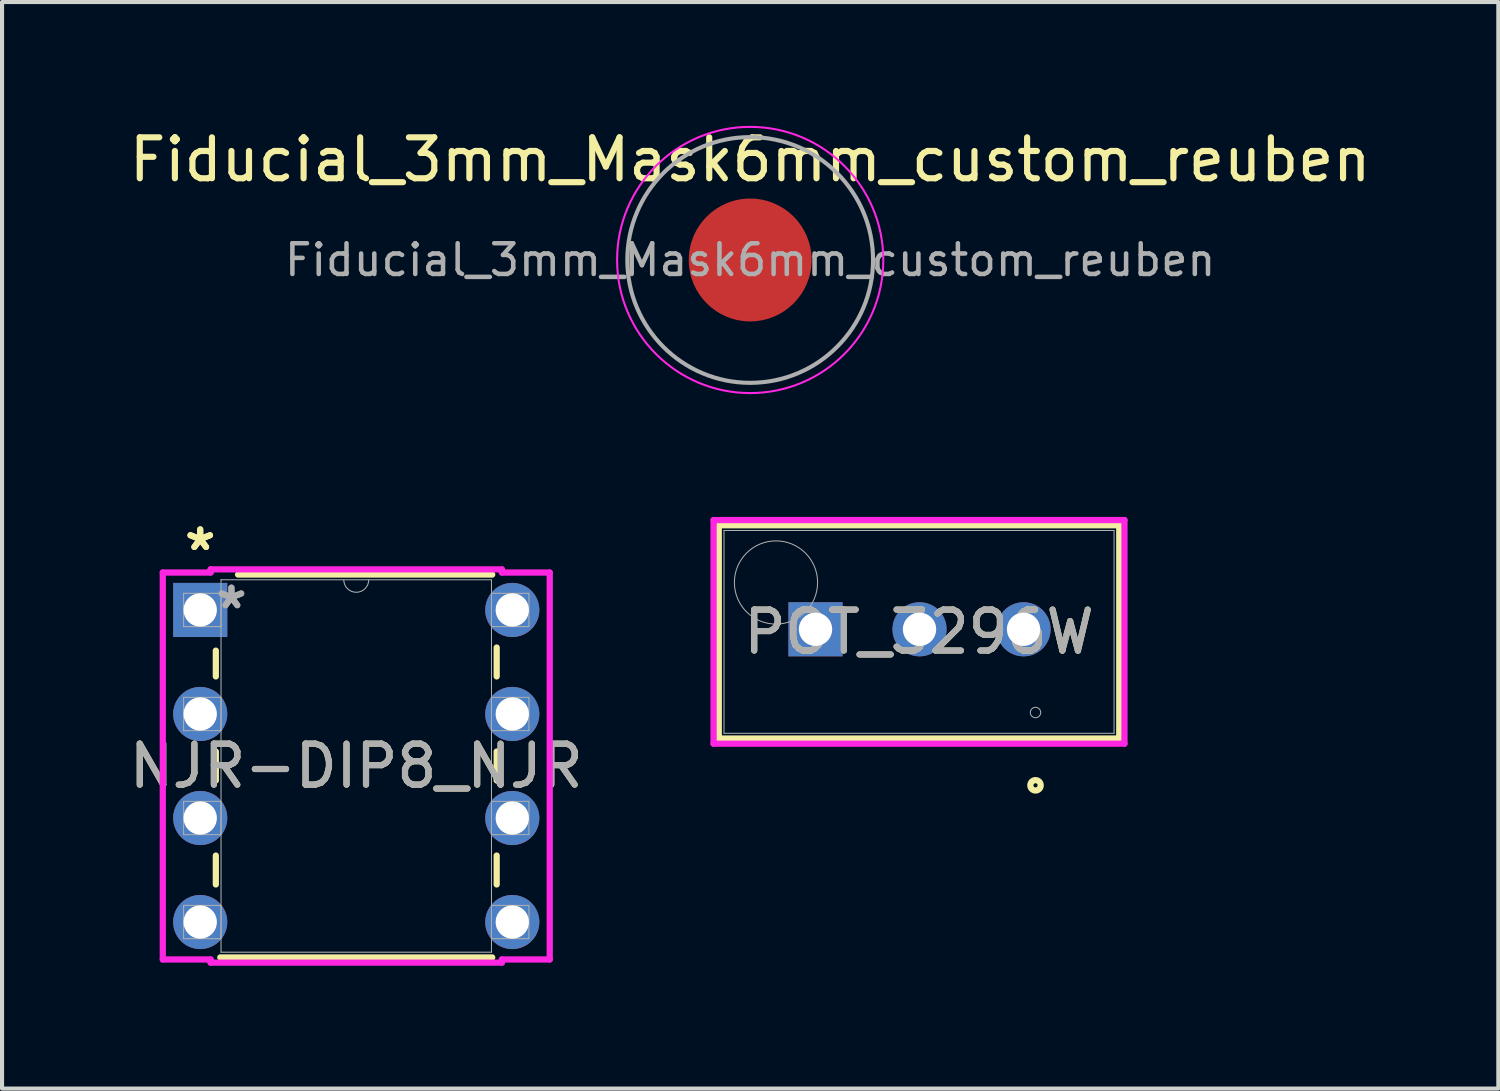
<source format=kicad_pcb>
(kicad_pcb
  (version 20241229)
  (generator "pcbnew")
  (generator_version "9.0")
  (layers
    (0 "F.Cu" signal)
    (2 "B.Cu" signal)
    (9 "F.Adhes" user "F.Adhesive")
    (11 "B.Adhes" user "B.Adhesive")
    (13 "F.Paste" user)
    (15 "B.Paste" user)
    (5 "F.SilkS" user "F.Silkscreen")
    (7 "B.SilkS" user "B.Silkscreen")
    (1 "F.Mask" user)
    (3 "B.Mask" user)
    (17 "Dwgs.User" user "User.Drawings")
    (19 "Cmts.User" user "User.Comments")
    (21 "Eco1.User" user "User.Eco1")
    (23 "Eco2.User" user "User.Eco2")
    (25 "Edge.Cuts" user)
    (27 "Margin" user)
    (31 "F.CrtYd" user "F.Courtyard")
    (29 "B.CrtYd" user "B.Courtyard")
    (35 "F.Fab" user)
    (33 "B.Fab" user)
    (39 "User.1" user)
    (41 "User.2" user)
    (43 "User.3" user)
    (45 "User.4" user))
  (footprint "NJR-DIP8_NJR"
    (layer "F.Cu")
    (at 1.839 11.844)
    (property "Reference" "NJR-DIP8_NJR" (at 3.81 3.81 0) (unlocked yes) (layer "F.SilkS") (effects (font (size 1 1) (thickness 0.15))))
    (attr through_hole)
    (fp_line (start 0.381 0.993) (end 0.381 1.623) (stroke (width 0.152) (type solid)) (layer "F.SilkS"))
    (fp_line (start 0.381 3.457) (end 0.381 4.163) (stroke (width 0.152) (type solid)) (layer "F.SilkS"))
    (fp_line (start 0.381 5.997) (end 0.381 6.703) (stroke (width 0.152) (type solid)) (layer "F.SilkS"))
    (fp_line (start 0.49 8.484) (end 7.13 8.484) (stroke (width 0.152) (type solid)) (layer "F.SilkS"))
    (fp_line (start 7.13 -0.864) (end 0.924 -0.864) (stroke (width 0.152) (type solid)) (layer "F.SilkS"))
    (fp_line (start 7.239 1.623) (end 7.239 0.917) (stroke (width 0.152) (type solid)) (layer "F.SilkS"))
    (fp_line (start 7.239 4.163) (end 7.239 3.457) (stroke (width 0.152) (type solid)) (layer "F.SilkS"))
    (fp_line (start 7.239 6.703) (end 7.239 5.997) (stroke (width 0.152) (type solid)) (layer "F.SilkS"))
    (fp_line (start -0.914 -0.914) (end 0.254 -0.914) (stroke (width 0.152) (type solid)) (layer "F.CrtYd"))
    (fp_line (start -0.914 8.534) (end -0.914 -0.914) (stroke (width 0.152) (type solid)) (layer "F.CrtYd"))
    (fp_line (start 0.254 -0.991) (end 7.366 -0.991) (stroke (width 0.152) (type solid)) (layer "F.CrtYd"))
    (fp_line (start 0.254 -0.914) (end 0.254 -0.991) (stroke (width 0.152) (type solid)) (layer "F.CrtYd"))
    (fp_line (start 0.254 8.534) (end -0.914 8.534) (stroke (width 0.152) (type solid)) (layer "F.CrtYd"))
    (fp_line (start 0.254 8.611) (end 0.254 8.534) (stroke (width 0.152) (type solid)) (layer "F.CrtYd"))
    (fp_line (start 7.366 -0.991) (end 7.366 -0.914) (stroke (width 0.152) (type solid)) (layer "F.CrtYd"))
    (fp_line (start 7.366 8.534) (end 7.366 8.611) (stroke (width 0.152) (type solid)) (layer "F.CrtYd"))
    (fp_line (start 7.366 8.611) (end 0.254 8.611) (stroke (width 0.152) (type solid)) (layer "F.CrtYd"))
    (fp_line (start 8.534 -0.914) (end 7.366 -0.914) (stroke (width 0.152) (type solid)) (layer "F.CrtYd"))
    (fp_line (start 8.534 -0.914) (end 8.534 8.534) (stroke (width 0.152) (type solid)) (layer "F.CrtYd"))
    (fp_line (start 8.534 8.534) (end 7.366 8.534) (stroke (width 0.152) (type solid)) (layer "F.CrtYd"))
    (fp_line (start -0.406 -0.406) (end -0.406 0.406) (stroke (width 0.025) (type solid)) (layer "F.Fab"))
    (fp_line (start -0.406 0.406) (end 0.508 0.406) (stroke (width 0.025) (type solid)) (layer "F.Fab"))
    (fp_line (start -0.406 2.134) (end -0.406 2.946) (stroke (width 0.025) (type solid)) (layer "F.Fab"))
    (fp_line (start -0.406 2.946) (end 0.508 2.946) (stroke (width 0.025) (type solid)) (layer "F.Fab"))
    (fp_line (start -0.406 4.674) (end -0.406 5.486) (stroke (width 0.025) (type solid)) (layer "F.Fab"))
    (fp_line (start -0.406 5.486) (end 0.508 5.486) (stroke (width 0.025) (type solid)) (layer "F.Fab"))
    (fp_line (start -0.406 7.214) (end -0.406 8.026) (stroke (width 0.025) (type solid)) (layer "F.Fab"))
    (fp_line (start -0.406 8.026) (end 0.508 8.026) (stroke (width 0.025) (type solid)) (layer "F.Fab"))
    (fp_line (start 0.508 -0.737) (end 0.508 8.357) (stroke (width 0.025) (type solid)) (layer "F.Fab"))
    (fp_line (start 0.508 -0.406) (end -0.406 -0.406) (stroke (width 0.025) (type solid)) (layer "F.Fab"))
    (fp_line (start 0.508 0.406) (end 0.508 -0.406) (stroke (width 0.025) (type solid)) (layer "F.Fab"))
    (fp_line (start 0.508 2.134) (end -0.406 2.134) (stroke (width 0.025) (type solid)) (layer "F.Fab"))
    (fp_line (start 0.508 2.946) (end 0.508 2.134) (stroke (width 0.025) (type solid)) (layer "F.Fab"))
    (fp_line (start 0.508 4.674) (end -0.406 4.674) (stroke (width 0.025) (type solid)) (layer "F.Fab"))
    (fp_line (start 0.508 5.486) (end 0.508 4.674) (stroke (width 0.025) (type solid)) (layer "F.Fab"))
    (fp_line (start 0.508 7.214) (end -0.406 7.214) (stroke (width 0.025) (type solid)) (layer "F.Fab"))
    (fp_line (start 0.508 8.026) (end 0.508 7.214) (stroke (width 0.025) (type solid)) (layer "F.Fab"))
    (fp_line (start 0.508 8.357) (end 7.112 8.357) (stroke (width 0.025) (type solid)) (layer "F.Fab"))
    (fp_line (start 7.112 -0.737) (end 0.508 -0.737) (stroke (width 0.025) (type solid)) (layer "F.Fab"))
    (fp_line (start 7.112 -0.406) (end 7.112 0.406) (stroke (width 0.025) (type solid)) (layer "F.Fab"))
    (fp_line (start 7.112 0.406) (end 8.026 0.406) (stroke (width 0.025) (type solid)) (layer "F.Fab"))
    (fp_line (start 7.112 2.134) (end 7.112 2.946) (stroke (width 0.025) (type solid)) (layer "F.Fab"))
    (fp_line (start 7.112 2.946) (end 8.026 2.946) (stroke (width 0.025) (type solid)) (layer "F.Fab"))
    (fp_line (start 7.112 4.674) (end 7.112 5.486) (stroke (width 0.025) (type solid)) (layer "F.Fab"))
    (fp_line (start 7.112 5.486) (end 8.026 5.486) (stroke (width 0.025) (type solid)) (layer "F.Fab"))
    (fp_line (start 7.112 7.214) (end 7.112 8.026) (stroke (width 0.025) (type solid)) (layer "F.Fab"))
    (fp_line (start 7.112 8.026) (end 8.026 8.026) (stroke (width 0.025) (type solid)) (layer "F.Fab"))
    (fp_line (start 7.112 8.357) (end 7.112 -0.737) (stroke (width 0.025) (type solid)) (layer "F.Fab"))
    (fp_line (start 8.026 -0.406) (end 7.112 -0.406) (stroke (width 0.025) (type solid)) (layer "F.Fab"))
    (fp_line (start 8.026 0.406) (end 8.026 -0.406) (stroke (width 0.025) (type solid)) (layer "F.Fab"))
    (fp_line (start 8.026 2.134) (end 7.112 2.134) (stroke (width 0.025) (type solid)) (layer "F.Fab"))
    (fp_line (start 8.026 2.946) (end 8.026 2.134) (stroke (width 0.025) (type solid)) (layer "F.Fab"))
    (fp_line (start 8.026 4.674) (end 7.112 4.674) (stroke (width 0.025) (type solid)) (layer "F.Fab"))
    (fp_line (start 8.026 5.486) (end 8.026 4.674) (stroke (width 0.025) (type solid)) (layer "F.Fab"))
    (fp_line (start 8.026 7.214) (end 7.112 7.214) (stroke (width 0.025) (type solid)) (layer "F.Fab"))
    (fp_line (start 8.026 8.026) (end 8.026 7.214) (stroke (width 0.025) (type solid)) (layer "F.Fab"))
    (fp_arc (start 4.1148 -0.7366) (mid 3.81 -0.4318) (end 3.5052 -0.7366) (stroke (width 0.0254) (type solid)) (layer "F.Fab"))
    (fp_text user "*" (at 0 -1.422 0) (layer "F.SilkS") (effects (font (size 1 1) (thickness 0.15))))
    (fp_text user "*" (at 0 -1.422 0) (unlocked yes) (layer "F.SilkS") (effects (font (size 1 1) (thickness 0.15))))
    (fp_text user "${REFERENCE}" (at 3.81 3.81 0) (unlocked yes) (layer "F.Fab") (effects (font (size 1 1) (thickness 0.15))))
    (fp_text user "*" (at 0.762 0 0) (layer "F.Fab") (effects (font (size 1 1) (thickness 0.15))))
    (fp_text user "*" (at 0.762 0 0) (unlocked yes) (layer "F.Fab") (effects (font (size 1 1) (thickness 0.15))))
    (pad "1" thru_hole rect (at 0 0) (size 1.321 1.321) (drill 0.813) (layers "*.Cu" "*.Mask"))
    (pad "2" thru_hole circle (at 0 2.54) (size 1.321 1.321) (drill 0.813) (layers "*.Cu" "*.Mask"))
    (pad "3" thru_hole circle (at 0 5.08) (size 1.321 1.321) (drill 0.813) (layers "*.Cu" "*.Mask"))
    (pad "4" thru_hole circle (at 0 7.62) (size 1.321 1.321) (drill 0.813) (layers "*.Cu" "*.Mask"))
    (pad "5" thru_hole circle (at 7.62 7.62) (size 1.321 1.321) (drill 0.813) (layers "*.Cu" "*.Mask"))
    (pad "6" thru_hole circle (at 7.62 5.08) (size 1.321 1.321) (drill 0.813) (layers "*.Cu" "*.Mask"))
    (pad "7" thru_hole circle (at 7.62 2.54) (size 1.321 1.321) (drill 0.813) (layers "*.Cu" "*.Mask"))
    (pad "8" thru_hole circle (at 7.62 0) (size 1.321 1.321) (drill 0.813) (layers "*.Cu" "*.Mask")))
  (footprint "Fiducial_3mm_Mask6mm_custom_reuben"
    (layer "F.Cu")
    (at 15.268 3.298)
    (property "Reference" "Fiducial_3mm_Mask6mm_custom_reuben" (at 0 -2.45 0) (layer "F.SilkS") (effects (font (size 1 1) (thickness 0.15))))
    (attr smd exclude_from_bom)
    (fp_circle (center 0 0) (end 3.25 0) (stroke (width 0.05) (type solid)) (fill no) (layer "F.CrtYd"))
    (fp_circle (center 0 0) (end 3 0) (stroke (width 0.1) (type solid)) (fill no) (layer "F.Fab"))
    (fp_text user "${REFERENCE}" (at 0 0 0) (layer "F.Fab") (effects (font (size 0.75 0.75) (thickness 0.11))))
    (pad "" smd circle (at 0 0) (size 3 3) (layers "F.Cu" "F.Mask")))
  (footprint "POT_3296W"
    (layer "F.Cu")
    (at 16.863 12.316)
    (property "Reference" "POT_3296W" (at 2.527 0.064 0) (unlocked yes) (layer "F.SilkS") (effects (font (size 1 1) (thickness 0.15))))
    (attr through_hole)
    (fp_line (start -2.362 -2.54) (end -2.362 2.667) (stroke (width 0.152) (type solid)) (layer "F.SilkS"))
    (fp_line (start -2.362 2.667) (end 7.417 2.667) (stroke (width 0.152) (type solid)) (layer "F.SilkS"))
    (fp_line (start 7.417 -2.54) (end -2.362 -2.54) (stroke (width 0.152) (type solid)) (layer "F.SilkS"))
    (fp_line (start 7.417 2.667) (end 7.417 -2.54) (stroke (width 0.152) (type solid)) (layer "F.SilkS"))
    (fp_circle (center 5.372 3.81) (end 5.499 3.81) (stroke (width 0.152) (type solid)) (fill no) (layer "F.SilkS"))
    (fp_line (start -2.489 -2.667) (end 7.544 -2.667) (stroke (width 0.152) (type solid)) (layer "F.CrtYd"))
    (fp_line (start -2.489 2.794) (end -2.489 -2.667) (stroke (width 0.152) (type solid)) (layer "F.CrtYd"))
    (fp_line (start 7.544 -2.667) (end 7.544 2.794) (stroke (width 0.152) (type solid)) (layer "F.CrtYd"))
    (fp_line (start 7.544 2.794) (end -2.489 2.794) (stroke (width 0.152) (type solid)) (layer "F.CrtYd"))
    (fp_line (start -2.235 -2.413) (end -2.235 2.54) (stroke (width 0.025) (type solid)) (layer "F.Fab"))
    (fp_line (start -2.235 2.54) (end 7.29 2.54) (stroke (width 0.025) (type solid)) (layer "F.Fab"))
    (fp_line (start 7.29 -2.413) (end -2.235 -2.413) (stroke (width 0.025) (type solid)) (layer "F.Fab"))
    (fp_line (start 7.29 2.54) (end 7.29 -2.413) (stroke (width 0.025) (type solid)) (layer "F.Fab"))
    (fp_circle (center -0.965 -1.143) (end 0.051 -1.143) (stroke (width 0.025) (type solid)) (fill no) (layer "F.Fab"))
    (fp_circle (center 5.372 2.032) (end 5.499 2.032) (stroke (width 0.025) (type solid)) (fill no) (layer "F.Fab"))
    (fp_text user "${REFERENCE}" (at 2.527 0.064 0) (unlocked yes) (layer "F.Fab") (effects (font (size 1 1) (thickness 0.15))))
    (pad "1" thru_hole circle (at 5.08 0) (size 1.321 1.321) (drill 0.813) (layers "*.Cu" "*.Mask"))
    (pad "2" thru_hole circle (at 2.54 0) (size 1.321 1.321) (drill 0.813) (layers "*.Cu" "*.Mask"))
    (pad "3" thru_hole rect (at 0 0) (size 1.321 1.321) (drill 0.813) (layers "*.Cu" "*.Mask")))
  (gr_rect
    (start -3 -3)
    (end 33.536 23.531)
    (stroke (width 0.1) (type default))
    (fill no)
    (layer "Edge.Cuts")))
</source>
